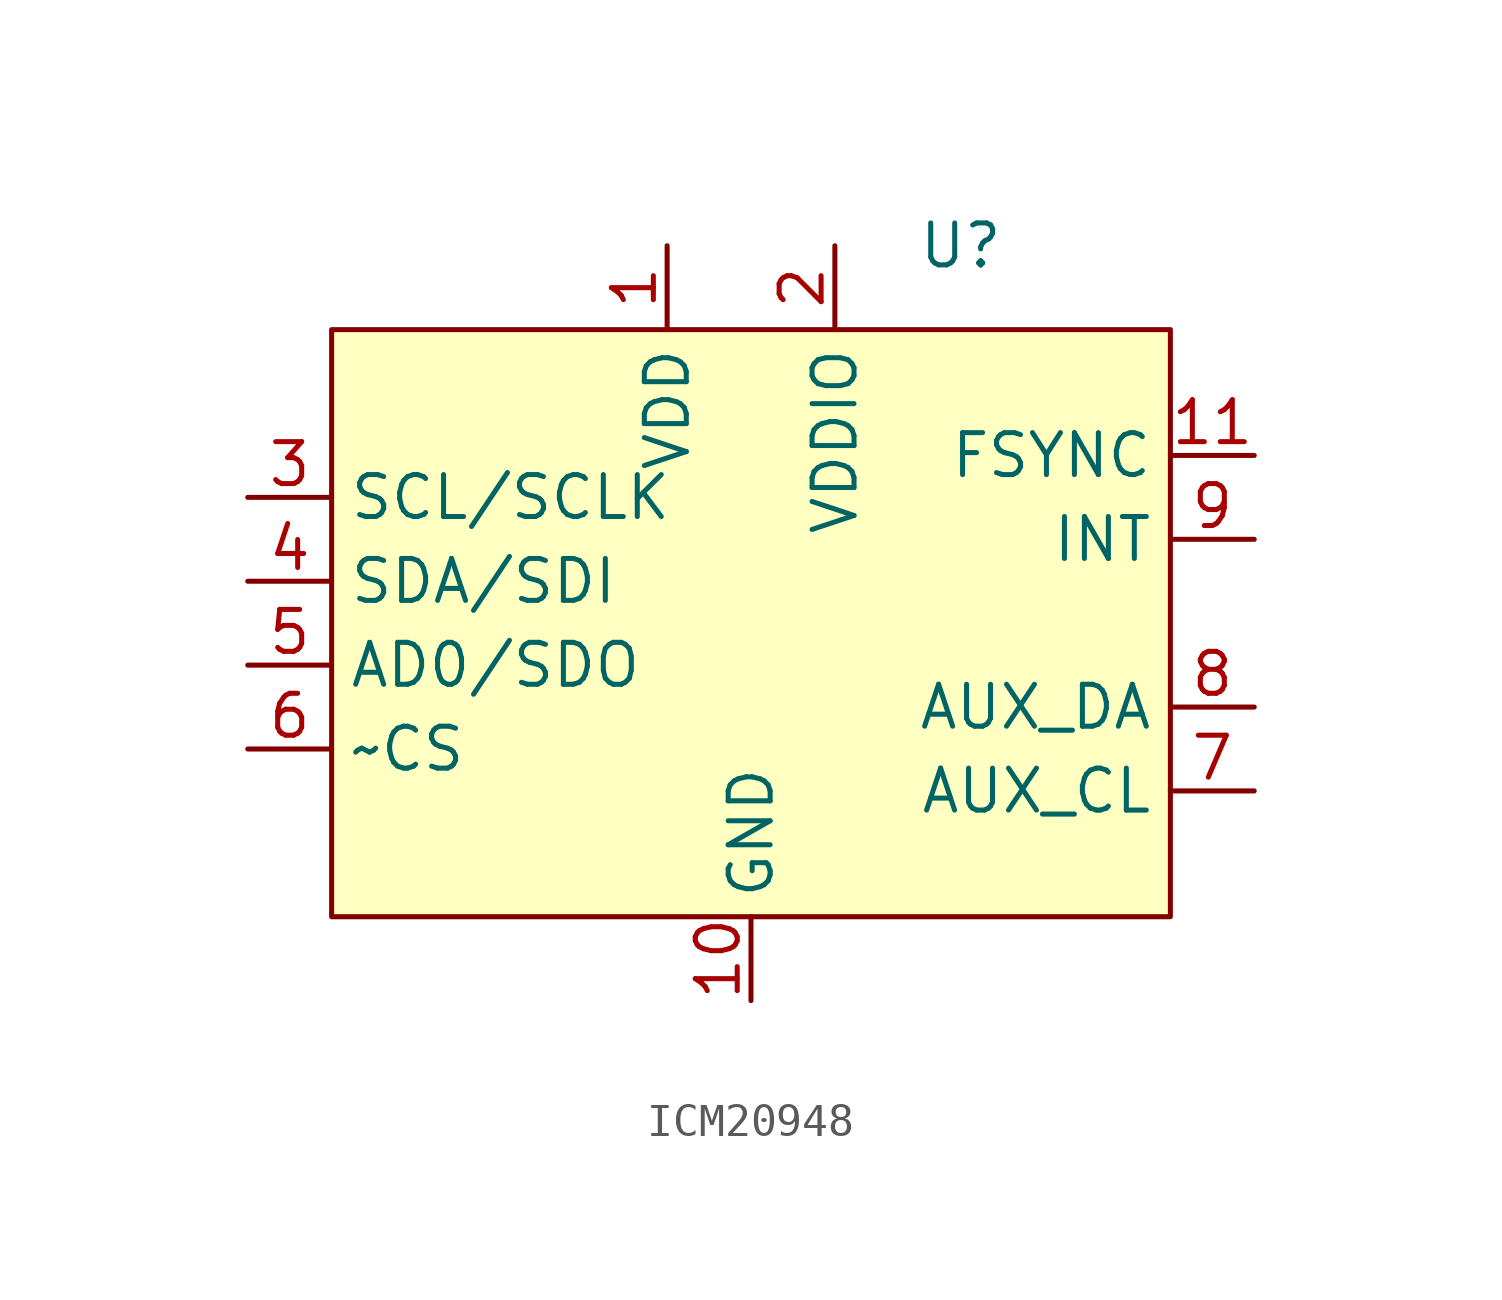
<source format=kicad_sym>
(kicad_symbol_lib
  (version 20220914)
  (generator kicad_symbol_editor)
  (symbol "ICM20948"
    (property "Reference" "U"
      (at 13.97 2.54 0)
      (effects (font (size 1.27 1.27))))
    (property "Value" ""
      (at 1.27 2.54 0)
      (effects (font (size 1.27 1.27))))
    (symbol "ICM20948_1_1"
      (rectangle (start -5.08 0) (end 20.32 -17.78) (stroke (width 0) (type default)) (fill (type background)))
      (pin power_in line (at 5.08 2.54 270) (length 2.54) (name "VDD" (effects (font (size 1.27 1.27)))) (number "1" (effects (font (size 1.27 1.27)))))
      (pin power_in line (at 7.62 -20.32 90) (length 2.54) (name "GND" (effects (font (size 1.27 1.27)))) (number "10" (effects (font (size 1.27 1.27)))))
      (pin input line (at 22.86 -3.81 180) (length 2.54) (name "FSYNC" (effects (font (size 1.27 1.27)))) (number "11" (effects (font (size 1.27 1.27)))))
      (pin power_in line (at 10.16 2.54 270) (length 2.54) (name "VDDIO" (effects (font (size 1.27 1.27)))) (number "2" (effects (font (size 1.27 1.27)))))
      (pin input line (at -7.62 -5.08 0) (length 2.54) (name "SCL/SCLK" (effects (font (size 1.27 1.27)))) (number "3" (effects (font (size 1.27 1.27)))))
      (pin bidirectional line (at -7.62 -7.62 0) (length 2.54) (name "SDA/SDI" (effects (font (size 1.27 1.27)))) (number "4" (effects (font (size 1.27 1.27)))))
      (pin bidirectional line (at -7.62 -10.16 0) (length 2.54) (name "AD0/SDO" (effects (font (size 1.27 1.27)))) (number "5" (effects (font (size 1.27 1.27)))))
      (pin input line (at -7.62 -12.7 0) (length 2.54) (name "~CS" (effects (font (size 1.27 1.27)))) (number "6" (effects (font (size 1.27 1.27)))))
      (pin output line (at 22.86 -13.97 180) (length 2.54) (name "AUX_CL" (effects (font (size 1.27 1.27)))) (number "7" (effects (font (size 1.27 1.27)))))
      (pin bidirectional line (at 22.86 -11.43 180) (length 2.54) (name "AUX_DA" (effects (font (size 1.27 1.27)))) (number "8" (effects (font (size 1.27 1.27)))))
      (pin output line (at 22.86 -6.35 180) (length 2.54) (name "INT" (effects (font (size 1.27 1.27)))) (number "9" (effects (font (size 1.27 1.27))))))))
</source>
